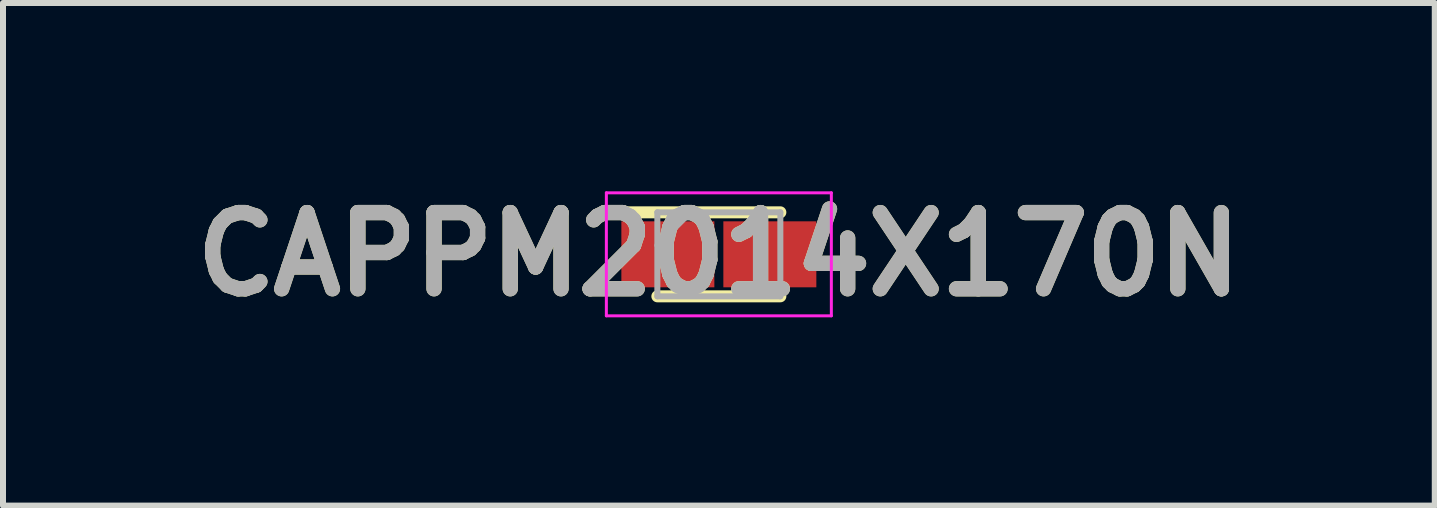
<source format=kicad_pcb>
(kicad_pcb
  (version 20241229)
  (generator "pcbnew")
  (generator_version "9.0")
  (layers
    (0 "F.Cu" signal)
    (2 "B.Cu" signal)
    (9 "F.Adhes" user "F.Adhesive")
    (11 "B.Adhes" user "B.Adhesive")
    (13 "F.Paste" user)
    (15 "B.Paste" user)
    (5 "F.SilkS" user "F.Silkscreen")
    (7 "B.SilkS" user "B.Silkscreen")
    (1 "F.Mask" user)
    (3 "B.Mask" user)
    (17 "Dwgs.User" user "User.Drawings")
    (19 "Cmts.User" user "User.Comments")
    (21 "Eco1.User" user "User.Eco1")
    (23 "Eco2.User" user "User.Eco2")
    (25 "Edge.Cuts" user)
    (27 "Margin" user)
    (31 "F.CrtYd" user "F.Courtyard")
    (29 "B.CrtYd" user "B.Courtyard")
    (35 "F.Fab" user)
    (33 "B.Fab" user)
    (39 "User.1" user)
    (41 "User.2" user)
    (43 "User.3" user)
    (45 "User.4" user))
  (footprint "CAPPM2014X170N"
    (layer "F.Cu")
    (at 8.932 1.189)
    (property "Reference" "CAPPM2014X170N" (at 0 0 0) (layer "F.SilkS") (effects (font (size 1.27 1.27) (thickness 0.254))))
    (attr smd)
    (fp_line (start -1.025 0.7) (end 1.025 0.7) (stroke (width 0.2) (type solid)) (layer "F.SilkS"))
    (fp_line (start 1.025 -0.7) (end -1.625 -0.7) (stroke (width 0.2) (type solid)) (layer "F.SilkS"))
    (fp_line (start -1.875 -1.025) (end 1.875 -1.025) (stroke (width 0.05) (type solid)) (layer "F.CrtYd"))
    (fp_line (start -1.875 1.025) (end -1.875 -1.025) (stroke (width 0.05) (type solid)) (layer "F.CrtYd"))
    (fp_line (start 1.875 -1.025) (end 1.875 1.025) (stroke (width 0.05) (type solid)) (layer "F.CrtYd"))
    (fp_line (start 1.875 1.025) (end -1.875 1.025) (stroke (width 0.05) (type solid)) (layer "F.CrtYd"))
    (fp_line (start -1.025 -0.7) (end 1.025 -0.7) (stroke (width 0.1) (type solid)) (layer "F.Fab"))
    (fp_line (start -1.025 -0.15) (end -0.475 -0.7) (stroke (width 0.1) (type solid)) (layer "F.Fab"))
    (fp_line (start -1.025 0.7) (end -1.025 -0.7) (stroke (width 0.1) (type solid)) (layer "F.Fab"))
    (fp_line (start 1.025 -0.7) (end 1.025 0.7) (stroke (width 0.1) (type solid)) (layer "F.Fab"))
    (fp_line (start 1.025 0.7) (end -1.025 0.7) (stroke (width 0.1) (type solid)) (layer "F.Fab"))
    (fp_text user "${REFERENCE}" (at 0 0 0) (layer "F.Fab") (effects (font (size 1.27 1.27) (thickness 0.254))))
    (pad "1" smd rect (at -0.85 0 90) (size 1.1 1.55) (layers "F.Cu" "F.Mask" "F.Paste"))
    (pad "2" smd rect (at 0.85 0 90) (size 1.1 1.55) (layers "F.Cu" "F.Mask" "F.Paste")))
  (gr_rect
    (start -3 -3)
    (end 20.865 5.377)
    (stroke (width 0.1) (type default))
    (fill no)
    (layer "Edge.Cuts")))
</source>
